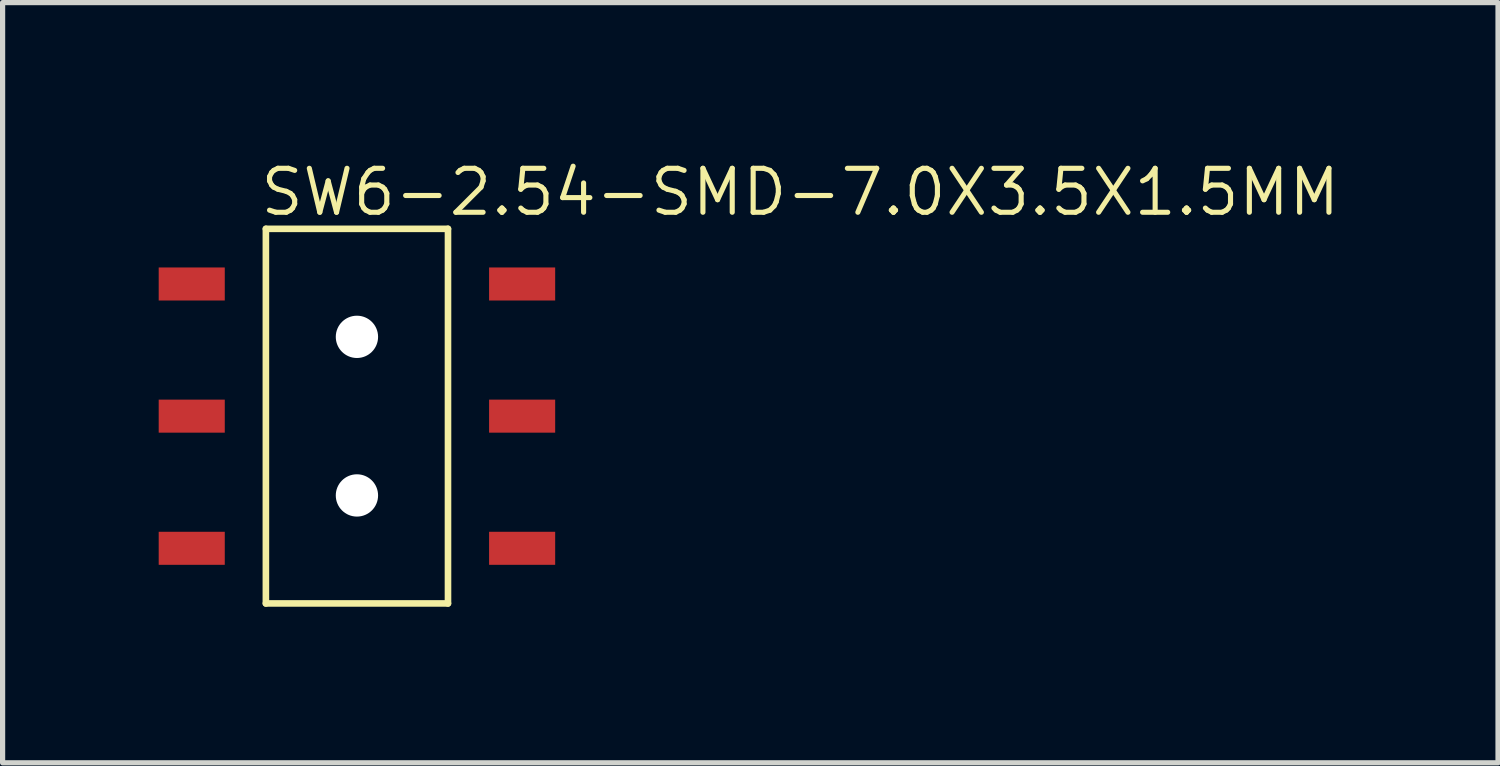
<source format=kicad_pcb>
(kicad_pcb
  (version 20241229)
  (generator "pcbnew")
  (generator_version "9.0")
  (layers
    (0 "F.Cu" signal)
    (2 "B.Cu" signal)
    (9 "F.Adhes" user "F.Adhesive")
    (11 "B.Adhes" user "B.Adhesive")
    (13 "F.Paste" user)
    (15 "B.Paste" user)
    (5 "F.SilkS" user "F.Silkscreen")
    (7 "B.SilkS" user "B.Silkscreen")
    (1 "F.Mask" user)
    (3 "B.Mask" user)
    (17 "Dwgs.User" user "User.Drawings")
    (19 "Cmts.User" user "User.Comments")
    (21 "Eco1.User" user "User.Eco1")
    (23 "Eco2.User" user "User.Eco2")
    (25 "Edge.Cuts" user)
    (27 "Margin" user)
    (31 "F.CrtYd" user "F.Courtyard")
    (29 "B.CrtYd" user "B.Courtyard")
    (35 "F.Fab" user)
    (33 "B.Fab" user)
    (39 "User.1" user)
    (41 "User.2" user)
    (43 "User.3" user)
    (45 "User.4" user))
  (footprint "SW6-2.54-SMD-7.0X3.5X1.5MM"
    (layer "F.Cu")
    (at 3.81 4.948)
    (property "Reference" "SW6-2.54-SMD-7.0X3.5X1.5MM" (at -1.905 -3.81 0) (layer "F.SilkS") (effects (font (size 0.845 0.845) (thickness 0.098)) (justify left bottom)))
    (attr through_hole)
    (fp_line (start -1.75 -3.6) (end 1.75 -3.6) (stroke (width 0.127) (type solid)) (layer "F.SilkS"))
    (fp_line (start -1.75 3.6) (end -1.75 -3.6) (stroke (width 0.127) (type solid)) (layer "F.SilkS"))
    (fp_line (start 1.75 -3.6) (end 1.75 3.6) (stroke (width 0.127) (type solid)) (layer "F.SilkS"))
    (fp_line (start 1.75 3.6) (end -1.75 3.6) (stroke (width 0.127) (type solid)) (layer "F.SilkS"))
    (pad "" np_thru_hole circle (at 0 -1.524) (size 0.813 0.813) (drill 0.813) (layers "*.Cu"))
    (pad "" np_thru_hole circle (at 0 1.524) (size 0.813 0.813) (drill 0.813) (layers "*.Cu"))
    (pad "CH1A" smd rect (at -3.175 -2.54) (size 1.27 0.635) (layers "F.Cu" "F.Mask" "F.Paste"))
    (pad "CH1B" smd rect (at -3.175 2.54) (size 1.27 0.635) (layers "F.Cu" "F.Mask" "F.Paste"))
    (pad "CH2A" smd rect (at 3.175 -2.54) (size 1.27 0.635) (layers "F.Cu" "F.Mask" "F.Paste"))
    (pad "CH2B" smd rect (at 3.175 2.54) (size 1.27 0.635) (layers "F.Cu" "F.Mask" "F.Paste"))
    (pad "COM1" smd rect (at -3.175 0) (size 1.27 0.635) (layers "F.Cu" "F.Mask" "F.Paste"))
    (pad "COM2" smd rect (at 3.175 0) (size 1.27 0.635) (layers "F.Cu" "F.Mask" "F.Paste")))
  (gr_rect
    (start -3 -3)
    (end 25.741 11.611)
    (stroke (width 0.1) (type default))
    (fill no)
    (layer "Edge.Cuts")))
</source>
